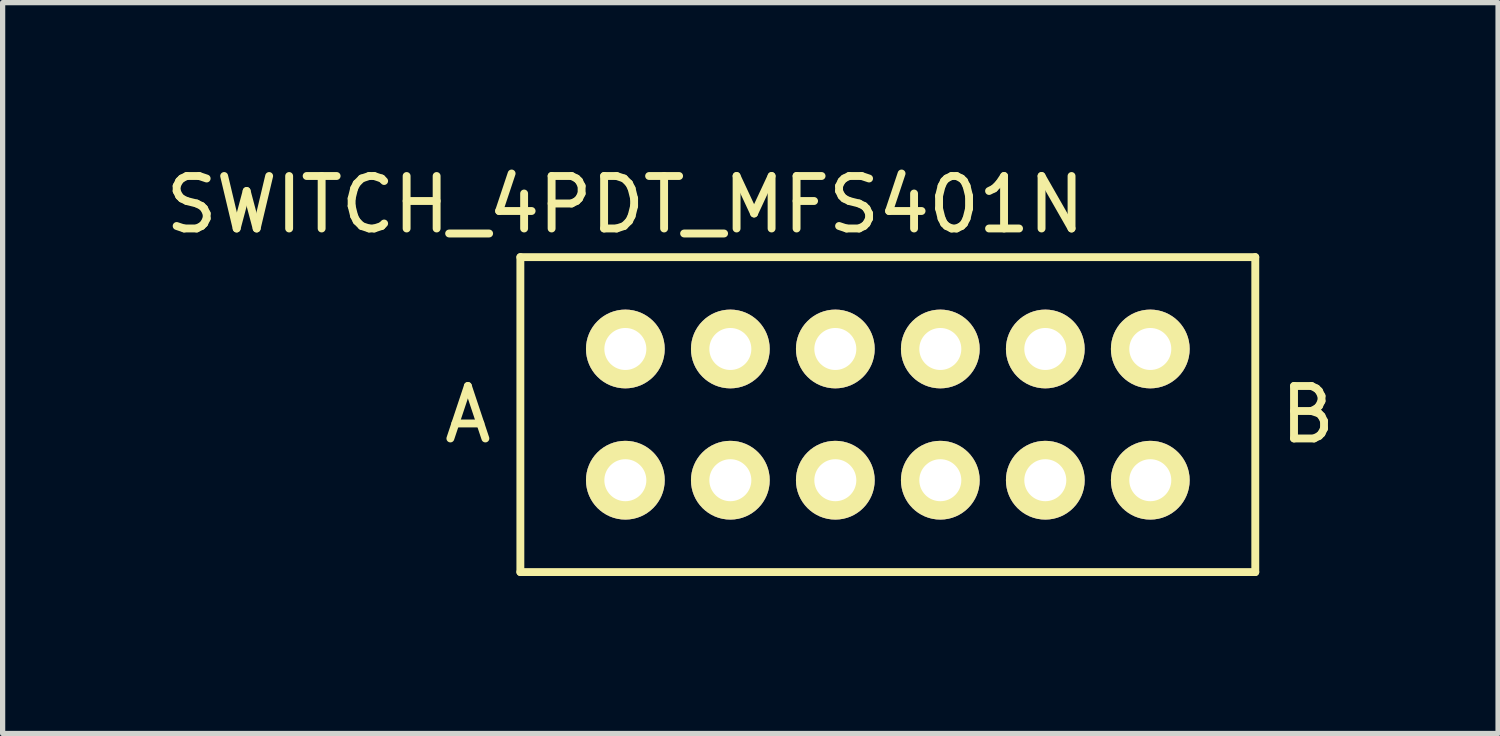
<source format=kicad_pcb>
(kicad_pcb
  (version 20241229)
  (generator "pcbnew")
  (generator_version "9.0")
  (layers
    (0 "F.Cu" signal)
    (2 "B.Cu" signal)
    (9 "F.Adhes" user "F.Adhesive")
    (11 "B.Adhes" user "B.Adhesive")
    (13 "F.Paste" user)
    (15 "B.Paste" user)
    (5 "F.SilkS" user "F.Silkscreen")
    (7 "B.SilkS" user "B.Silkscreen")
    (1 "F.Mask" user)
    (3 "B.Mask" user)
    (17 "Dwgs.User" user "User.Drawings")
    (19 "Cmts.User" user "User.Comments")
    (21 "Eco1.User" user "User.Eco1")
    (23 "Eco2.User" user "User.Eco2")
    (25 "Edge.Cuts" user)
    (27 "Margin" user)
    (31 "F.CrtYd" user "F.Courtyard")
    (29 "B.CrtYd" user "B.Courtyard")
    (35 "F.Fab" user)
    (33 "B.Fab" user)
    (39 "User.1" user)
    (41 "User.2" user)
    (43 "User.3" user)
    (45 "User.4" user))
  (footprint "SWITCH_4PDT_MFS401N"
    (layer "F.Cu")
    (at 13.863 4.848)
    (property "Reference" "SWITCH_4PDT_MFS401N" (at -5 -4 0) (layer "F.SilkS") (effects (font (size 1 1) (thickness 0.15))))
    (attr through_hole)
    (fp_line (start -7 -3) (end 7 -3) (stroke (width 0.15) (type solid)) (layer "F.SilkS"))
    (fp_line (start -7 3) (end -7 -3) (stroke (width 0.15) (type solid)) (layer "F.SilkS"))
    (fp_line (start 7 -3) (end 7 3) (stroke (width 0.15) (type solid)) (layer "F.SilkS"))
    (fp_line (start 7 3) (end -7 3) (stroke (width 0.15) (type solid)) (layer "F.SilkS"))
    (fp_text user "B" (at 8 0 0) (layer "F.SilkS") (effects (font (size 1 1) (thickness 0.15))))
    (fp_text user "A" (at -8 0 0) (layer "F.SilkS") (effects (font (size 1 1) (thickness 0.15))))
    (pad "1" thru_hole circle (at -5 -1.25) (size 1.5 1.5) (drill 0.8) (layers "*.Mask" "B.Cu" "F.SilkS"))
    (pad "2" thru_hole circle (at -3 -1.25) (size 1.5 1.5) (drill 0.8) (layers "*.Mask" "B.Cu" "F.SilkS"))
    (pad "3" thru_hole circle (at -1 -1.25) (size 1.5 1.5) (drill 0.8) (layers "*.Mask" "B.Cu" "F.SilkS"))
    (pad "4" thru_hole circle (at 1 -1.25) (size 1.5 1.5) (drill 0.8) (layers "*.Mask" "B.Cu" "F.SilkS"))
    (pad "5" thru_hole circle (at 3 -1.25) (size 1.5 1.5) (drill 0.8) (layers "*.Mask" "B.Cu" "F.SilkS"))
    (pad "6" thru_hole circle (at 5 -1.25) (size 1.5 1.5) (drill 0.8) (layers "*.Mask" "B.Cu" "F.SilkS"))
    (pad "7" thru_hole circle (at -5 1.25) (size 1.5 1.5) (drill 0.8) (layers "*.Mask" "B.Cu" "F.SilkS"))
    (pad "8" thru_hole circle (at -3 1.25) (size 1.5 1.5) (drill 0.8) (layers "*.Mask" "B.Cu" "F.SilkS"))
    (pad "9" thru_hole circle (at -1 1.25) (size 1.5 1.5) (drill 0.8) (layers "*.Mask" "B.Cu" "F.SilkS"))
    (pad "10" thru_hole circle (at 1 1.25) (size 1.5 1.5) (drill 0.8) (layers "*.Mask" "B.Cu" "F.SilkS"))
    (pad "11" thru_hole circle (at 3 1.25) (size 1.5 1.5) (drill 0.8) (layers "*.Mask" "B.Cu" "F.SilkS"))
    (pad "12" thru_hole circle (at 5 1.25) (size 1.5 1.5) (drill 0.8) (layers "*.Mask" "B.Cu" "F.SilkS")))
  (gr_rect
    (start -3 -3)
    (end 25.488 10.923)
    (stroke (width 0.1) (type default))
    (fill no)
    (layer "Edge.Cuts")))
</source>
